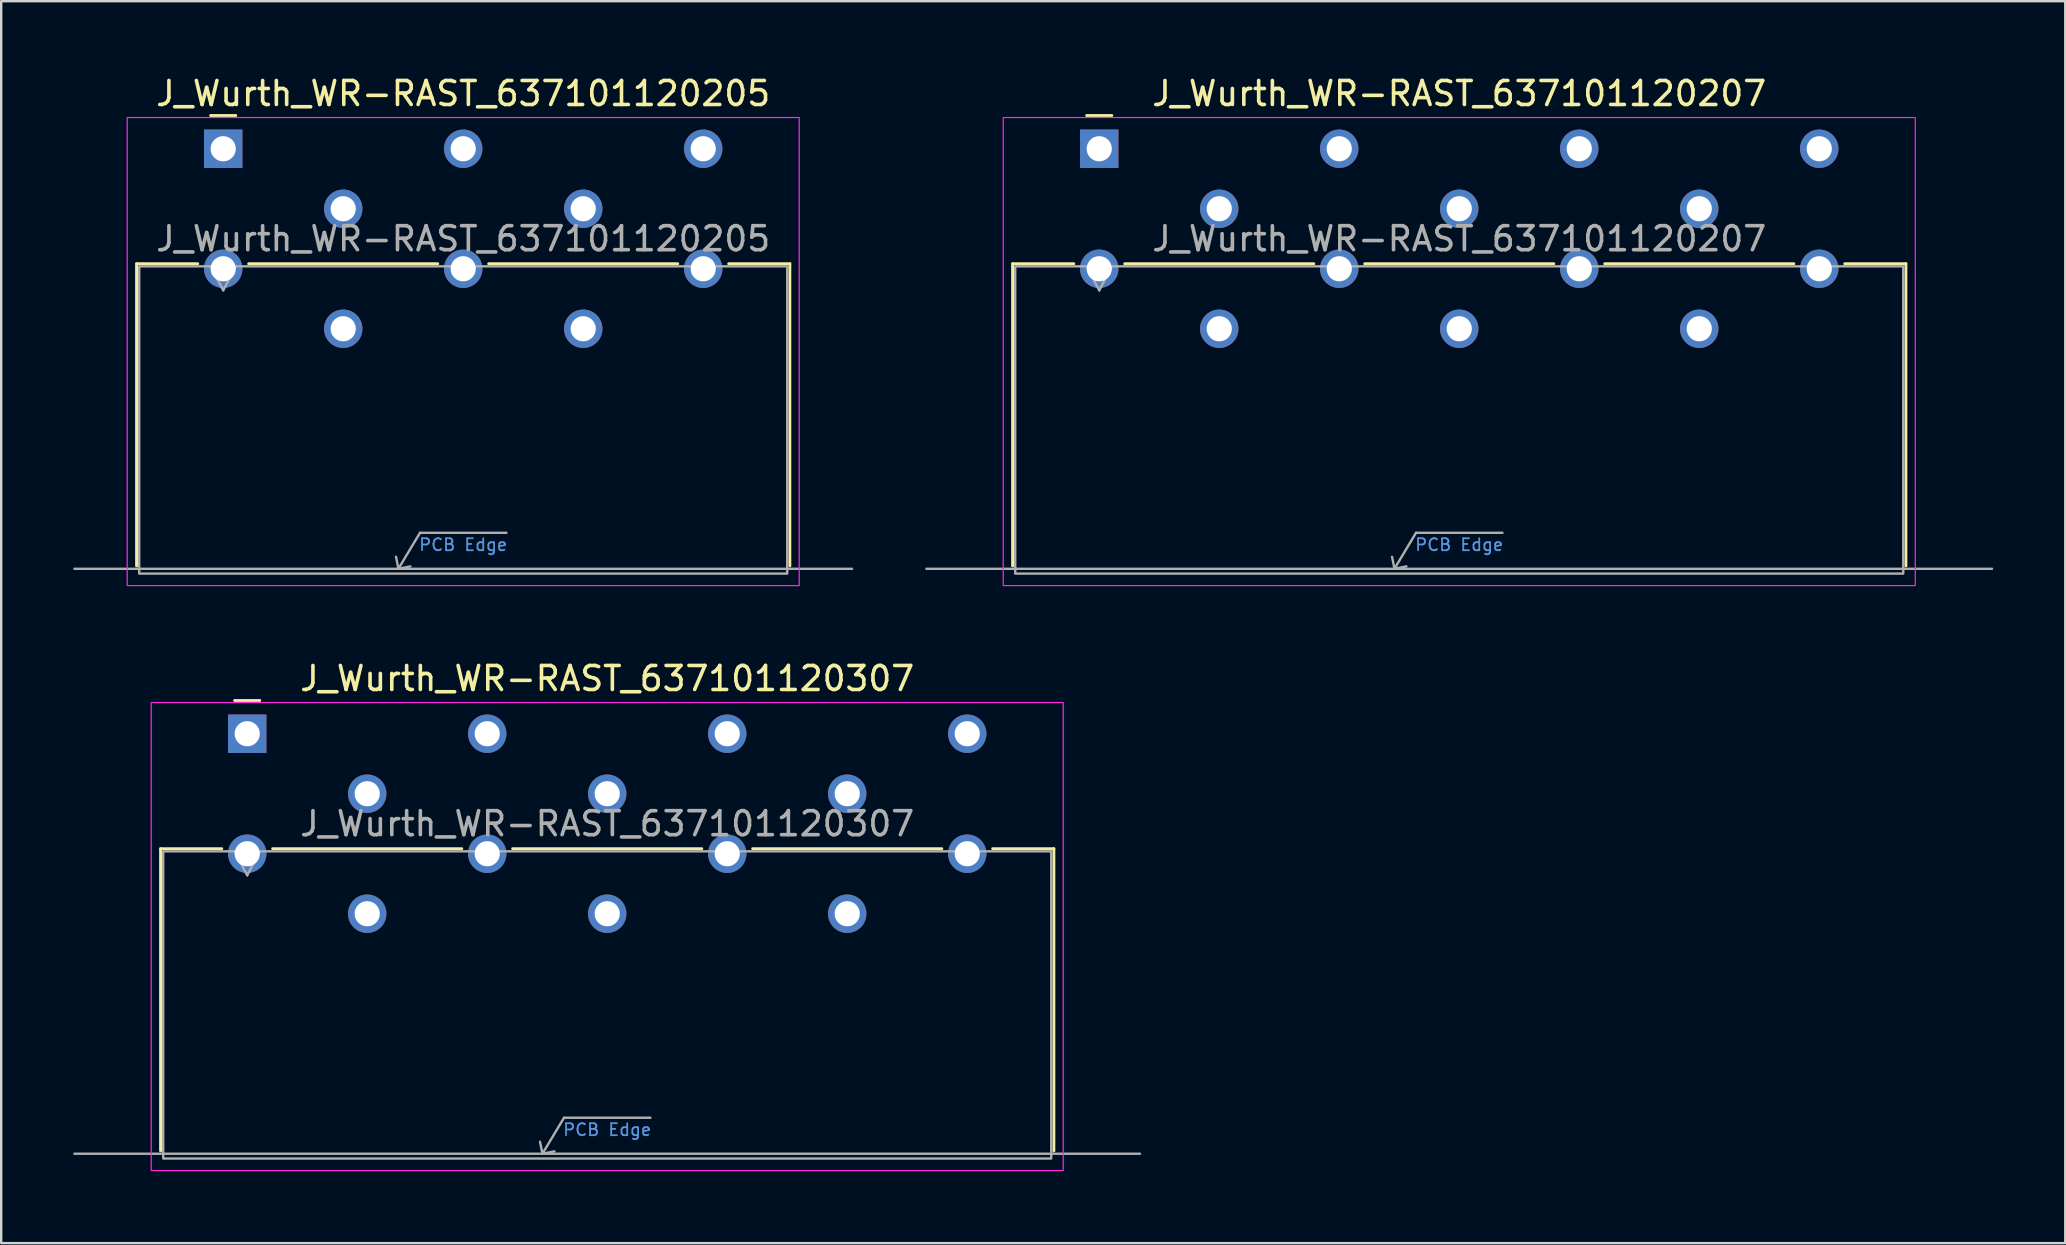
<source format=kicad_pcb>
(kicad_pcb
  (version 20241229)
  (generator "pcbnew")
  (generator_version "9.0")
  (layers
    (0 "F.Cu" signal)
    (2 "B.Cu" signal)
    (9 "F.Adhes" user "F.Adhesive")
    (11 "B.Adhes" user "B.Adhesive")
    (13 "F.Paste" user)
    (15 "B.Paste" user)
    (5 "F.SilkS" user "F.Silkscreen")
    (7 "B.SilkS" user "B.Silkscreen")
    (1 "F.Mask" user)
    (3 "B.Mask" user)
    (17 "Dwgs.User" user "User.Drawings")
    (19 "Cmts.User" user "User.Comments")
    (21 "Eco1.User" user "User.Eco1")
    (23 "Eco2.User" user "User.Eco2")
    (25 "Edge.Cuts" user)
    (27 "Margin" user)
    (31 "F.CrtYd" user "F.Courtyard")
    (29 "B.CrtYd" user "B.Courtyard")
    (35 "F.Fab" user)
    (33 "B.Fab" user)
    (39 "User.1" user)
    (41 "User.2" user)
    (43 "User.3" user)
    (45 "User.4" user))
  (footprint "J_Wurth_WR-RAST_637101120307"
    (layer "F.Cu")
    (at 7.25 27.521)
    (property "Reference" "J_Wurth_WR-RAST_637101120307" (at 15 -2.3 0) (unlocked yes) (layer "F.SilkS") (effects (font (size 1 1) (thickness 0.15))))
    (attr smd)
    (fp_line (start -3.61 4.79) (end -3.61 17.38) (stroke (width 0.12) (type default)) (layer "F.SilkS"))
    (fp_line (start -3.61 4.79) (end -1.06 4.79) (stroke (width 0.12) (type default)) (layer "F.SilkS"))
    (fp_line (start -0.525 -1.385) (end 0.525 -1.385) (stroke (width 0.12) (type default)) (layer "F.SilkS"))
    (fp_line (start 1.06 4.79) (end 8.94 4.79) (stroke (width 0.12) (type default)) (layer "F.SilkS"))
    (fp_line (start 11.06 4.79) (end 18.94 4.79) (stroke (width 0.12) (type default)) (layer "F.SilkS"))
    (fp_line (start 21.06 4.79) (end 28.94 4.79) (stroke (width 0.12) (type default)) (layer "F.SilkS"))
    (fp_line (start 33.61 4.79) (end 31.06 4.79) (stroke (width 0.12) (type default)) (layer "F.SilkS"))
    (fp_line (start 33.61 4.79) (end 33.61 17.38) (stroke (width 0.12) (type default)) (layer "F.SilkS"))
    (fp_rect (start -4 -1.3) (end 34 18.2) (stroke (width 0.05) (type default)) (fill no) (layer "F.CrtYd"))
    (fp_line (start -7.2 17.5) (end 37.2 17.5) (stroke (width 0.1) (type default)) (layer "F.Fab"))
    (fp_line (start -0.525 4.9) (end 0 5.9) (stroke (width 0.1) (type default)) (layer "F.Fab"))
    (fp_line (start 0.525 4.9) (end 0 5.9) (stroke (width 0.1) (type default)) (layer "F.Fab"))
    (fp_line (start 12.3 17.5) (end 12.2 17) (stroke (width 0.1) (type default)) (layer "F.Fab"))
    (fp_line (start 12.3 17.5) (end 12.8 17.4) (stroke (width 0.1) (type default)) (layer "F.Fab"))
    (fp_line (start 12.3 17.5) (end 13.2 16) (stroke (width 0.1) (type default)) (layer "F.Fab"))
    (fp_line (start 13.2 16) (end 16.8 16) (stroke (width 0.1) (type default)) (layer "F.Fab"))
    (fp_rect (start -3.5 4.9) (end 33.5 17.7) (stroke (width 0.1) (type default)) (fill no) (layer "F.Fab"))
    (fp_text user "PCB Edge" (at 15 16.5 0) (unlocked yes) (layer "Cmts.User") (effects (font (size 0.5 0.5) (thickness 0.075))))
    (fp_text user "${REFERENCE}" (at 15 3.75 0) (unlocked yes) (layer "F.Fab") (effects (font (size 1 1) (thickness 0.15))))
    (pad "1" thru_hole rect (at 0 0) (size 1.6 1.6) (drill 1.05) (layers "*.Cu" "*.Mask"))
    (pad "2" thru_hole circle (at 5 2.5) (size 1.6 1.6) (drill 1.05) (layers "*.Cu" "*.Mask"))
    (pad "3" thru_hole circle (at 10 0) (size 1.6 1.6) (drill 1.05) (layers "*.Cu" "*.Mask"))
    (pad "4" thru_hole circle (at 15 2.5) (size 1.6 1.6) (drill 1.05) (layers "*.Cu" "*.Mask"))
    (pad "5" thru_hole circle (at 20 0) (size 1.6 1.6) (drill 1.05) (layers "*.Cu" "*.Mask"))
    (pad "6" thru_hole circle (at 25 2.5) (size 1.6 1.6) (drill 1.05) (layers "*.Cu" "*.Mask"))
    (pad "7" thru_hole circle (at 30 0) (size 1.6 1.6) (drill 1.05) (layers "*.Cu" "*.Mask"))
    (pad "A1" thru_hole circle (at 0 5) (size 1.6 1.6) (drill 1.05) (layers "*.Cu" "*.Mask"))
    (pad "A2" thru_hole circle (at 5 7.5) (size 1.6 1.6) (drill 1.05) (layers "*.Cu" "*.Mask"))
    (pad "A3" thru_hole circle (at 10 5) (size 1.6 1.6) (drill 1.05) (layers "*.Cu" "*.Mask"))
    (pad "A4" thru_hole circle (at 15 7.5) (size 1.6 1.6) (drill 1.05) (layers "*.Cu" "*.Mask"))
    (pad "A5" thru_hole circle (at 20 5) (size 1.6 1.6) (drill 1.05) (layers "*.Cu" "*.Mask"))
    (pad "A6" thru_hole circle (at 25 7.5) (size 1.6 1.6) (drill 1.05) (layers "*.Cu" "*.Mask"))
    (pad "A7" thru_hole circle (at 30 5) (size 1.6 1.6) (drill 1.05) (layers "*.Cu" "*.Mask")))
  (footprint "J_Wurth_WR-RAST_637101120205"
    (layer "F.Cu")
    (at 6.25 3.148)
    (property "Reference" "J_Wurth_WR-RAST_637101120205" (at 10 -2.3 0) (unlocked yes) (layer "F.SilkS") (effects (font (size 1 1) (thickness 0.15))))
    (attr smd)
    (fp_line (start -3.61 4.79) (end -3.61 17.38) (stroke (width 0.12) (type default)) (layer "F.SilkS"))
    (fp_line (start -3.61 4.79) (end -1.06 4.79) (stroke (width 0.12) (type default)) (layer "F.SilkS"))
    (fp_line (start -0.525 -1.385) (end 0.525 -1.385) (stroke (width 0.12) (type default)) (layer "F.SilkS"))
    (fp_line (start 1.06 4.79) (end 8.94 4.79) (stroke (width 0.12) (type default)) (layer "F.SilkS"))
    (fp_line (start 11.06 4.79) (end 18.94 4.79) (stroke (width 0.12) (type default)) (layer "F.SilkS"))
    (fp_line (start 23.61 4.79) (end 21.06 4.79) (stroke (width 0.12) (type default)) (layer "F.SilkS"))
    (fp_line (start 23.61 4.79) (end 23.61 17.38) (stroke (width 0.12) (type default)) (layer "F.SilkS"))
    (fp_rect (start -4 -1.3) (end 24 18.2) (stroke (width 0.05) (type default)) (fill no) (layer "F.CrtYd"))
    (fp_line (start -6.2 17.5) (end 26.2 17.5) (stroke (width 0.1) (type default)) (layer "F.Fab"))
    (fp_line (start -0.525 4.9) (end 0 5.9) (stroke (width 0.1) (type default)) (layer "F.Fab"))
    (fp_line (start 0.525 4.9) (end 0 5.9) (stroke (width 0.1) (type default)) (layer "F.Fab"))
    (fp_line (start 7.3 17.5) (end 7.2 17) (stroke (width 0.1) (type default)) (layer "F.Fab"))
    (fp_line (start 7.3 17.5) (end 7.8 17.4) (stroke (width 0.1) (type default)) (layer "F.Fab"))
    (fp_line (start 7.3 17.5) (end 8.2 16) (stroke (width 0.1) (type default)) (layer "F.Fab"))
    (fp_line (start 8.2 16) (end 11.8 16) (stroke (width 0.1) (type default)) (layer "F.Fab"))
    (fp_rect (start -3.5 4.9) (end 23.5 17.7) (stroke (width 0.1) (type default)) (fill no) (layer "F.Fab"))
    (fp_text user "PCB Edge" (at 10 16.5 0) (unlocked yes) (layer "Cmts.User") (effects (font (size 0.5 0.5) (thickness 0.075))))
    (fp_text user "${REFERENCE}" (at 10 3.75 0) (unlocked yes) (layer "F.Fab") (effects (font (size 1 1) (thickness 0.15))))
    (pad "1" thru_hole rect (at 0 0) (size 1.6 1.6) (drill 1.05) (layers "*.Cu" "*.Mask"))
    (pad "2" thru_hole circle (at 5 2.5) (size 1.6 1.6) (drill 1.05) (layers "*.Cu" "*.Mask"))
    (pad "3" thru_hole circle (at 10 0) (size 1.6 1.6) (drill 1.05) (layers "*.Cu" "*.Mask"))
    (pad "4" thru_hole circle (at 15 2.5) (size 1.6 1.6) (drill 1.05) (layers "*.Cu" "*.Mask"))
    (pad "5" thru_hole circle (at 20 0) (size 1.6 1.6) (drill 1.05) (layers "*.Cu" "*.Mask"))
    (pad "A1" thru_hole circle (at 0 5) (size 1.6 1.6) (drill 1.05) (layers "*.Cu" "*.Mask"))
    (pad "A2" thru_hole circle (at 5 7.5) (size 1.6 1.6) (drill 1.05) (layers "*.Cu" "*.Mask"))
    (pad "A3" thru_hole circle (at 10 5) (size 1.6 1.6) (drill 1.05) (layers "*.Cu" "*.Mask"))
    (pad "A4" thru_hole circle (at 15 7.5) (size 1.6 1.6) (drill 1.05) (layers "*.Cu" "*.Mask"))
    (pad "A5" thru_hole circle (at 20 5) (size 1.6 1.6) (drill 1.05) (layers "*.Cu" "*.Mask")))
  (footprint "J_Wurth_WR-RAST_637101120207"
    (layer "F.Cu")
    (at 42.75 3.148)
    (property "Reference" "J_Wurth_WR-RAST_637101120207" (at 15 -2.3 0) (unlocked yes) (layer "F.SilkS") (effects (font (size 1 1) (thickness 0.15))))
    (attr smd)
    (fp_line (start -3.61 4.79) (end -3.61 17.38) (stroke (width 0.12) (type default)) (layer "F.SilkS"))
    (fp_line (start -3.61 4.79) (end -1.06 4.79) (stroke (width 0.12) (type default)) (layer "F.SilkS"))
    (fp_line (start -0.525 -1.385) (end 0.525 -1.385) (stroke (width 0.12) (type default)) (layer "F.SilkS"))
    (fp_line (start 1.06 4.79) (end 8.94 4.79) (stroke (width 0.12) (type default)) (layer "F.SilkS"))
    (fp_line (start 11.06 4.79) (end 18.94 4.79) (stroke (width 0.12) (type default)) (layer "F.SilkS"))
    (fp_line (start 21.06 4.79) (end 28.94 4.79) (stroke (width 0.12) (type default)) (layer "F.SilkS"))
    (fp_line (start 33.61 4.79) (end 31.06 4.79) (stroke (width 0.12) (type default)) (layer "F.SilkS"))
    (fp_line (start 33.61 4.79) (end 33.61 17.38) (stroke (width 0.12) (type default)) (layer "F.SilkS"))
    (fp_rect (start -4 -1.3) (end 34 18.2) (stroke (width 0.05) (type default)) (fill no) (layer "F.CrtYd"))
    (fp_line (start -7.2 17.5) (end 37.2 17.5) (stroke (width 0.1) (type default)) (layer "F.Fab"))
    (fp_line (start -0.525 4.9) (end 0 5.9) (stroke (width 0.1) (type default)) (layer "F.Fab"))
    (fp_line (start 0.525 4.9) (end 0 5.9) (stroke (width 0.1) (type default)) (layer "F.Fab"))
    (fp_line (start 12.3 17.5) (end 12.2 17) (stroke (width 0.1) (type default)) (layer "F.Fab"))
    (fp_line (start 12.3 17.5) (end 12.8 17.4) (stroke (width 0.1) (type default)) (layer "F.Fab"))
    (fp_line (start 12.3 17.5) (end 13.2 16) (stroke (width 0.1) (type default)) (layer "F.Fab"))
    (fp_line (start 13.2 16) (end 16.8 16) (stroke (width 0.1) (type default)) (layer "F.Fab"))
    (fp_rect (start -3.5 4.9) (end 33.5 17.7) (stroke (width 0.1) (type default)) (fill no) (layer "F.Fab"))
    (fp_text user "PCB Edge" (at 15 16.5 0) (unlocked yes) (layer "Cmts.User") (effects (font (size 0.5 0.5) (thickness 0.075))))
    (fp_text user "${REFERENCE}" (at 15 3.75 0) (unlocked yes) (layer "F.Fab") (effects (font (size 1 1) (thickness 0.15))))
    (pad "1" thru_hole rect (at 0 0) (size 1.6 1.6) (drill 1.05) (layers "*.Cu" "*.Mask"))
    (pad "2" thru_hole circle (at 5 2.5) (size 1.6 1.6) (drill 1.05) (layers "*.Cu" "*.Mask"))
    (pad "3" thru_hole circle (at 10 0) (size 1.6 1.6) (drill 1.05) (layers "*.Cu" "*.Mask"))
    (pad "4" thru_hole circle (at 15 2.5) (size 1.6 1.6) (drill 1.05) (layers "*.Cu" "*.Mask"))
    (pad "5" thru_hole circle (at 20 0) (size 1.6 1.6) (drill 1.05) (layers "*.Cu" "*.Mask"))
    (pad "6" thru_hole circle (at 25 2.5) (size 1.6 1.6) (drill 1.05) (layers "*.Cu" "*.Mask"))
    (pad "7" thru_hole circle (at 30 0) (size 1.6 1.6) (drill 1.05) (layers "*.Cu" "*.Mask"))
    (pad "A1" thru_hole circle (at 0 5) (size 1.6 1.6) (drill 1.05) (layers "*.Cu" "*.Mask"))
    (pad "A2" thru_hole circle (at 5 7.5) (size 1.6 1.6) (drill 1.05) (layers "*.Cu" "*.Mask"))
    (pad "A3" thru_hole circle (at 10 5) (size 1.6 1.6) (drill 1.05) (layers "*.Cu" "*.Mask"))
    (pad "A4" thru_hole circle (at 15 7.5) (size 1.6 1.6) (drill 1.05) (layers "*.Cu" "*.Mask"))
    (pad "A5" thru_hole circle (at 20 5) (size 1.6 1.6) (drill 1.05) (layers "*.Cu" "*.Mask"))
    (pad "A6" thru_hole circle (at 25 7.5) (size 1.6 1.6) (drill 1.05) (layers "*.Cu" "*.Mask"))
    (pad "A7" thru_hole circle (at 30 5) (size 1.6 1.6) (drill 1.05) (layers "*.Cu" "*.Mask")))
  (gr_rect
    (start -3 -3)
    (end 83 48.746)
    (stroke (width 0.1) (type default))
    (fill no)
    (layer "Edge.Cuts")))
</source>
